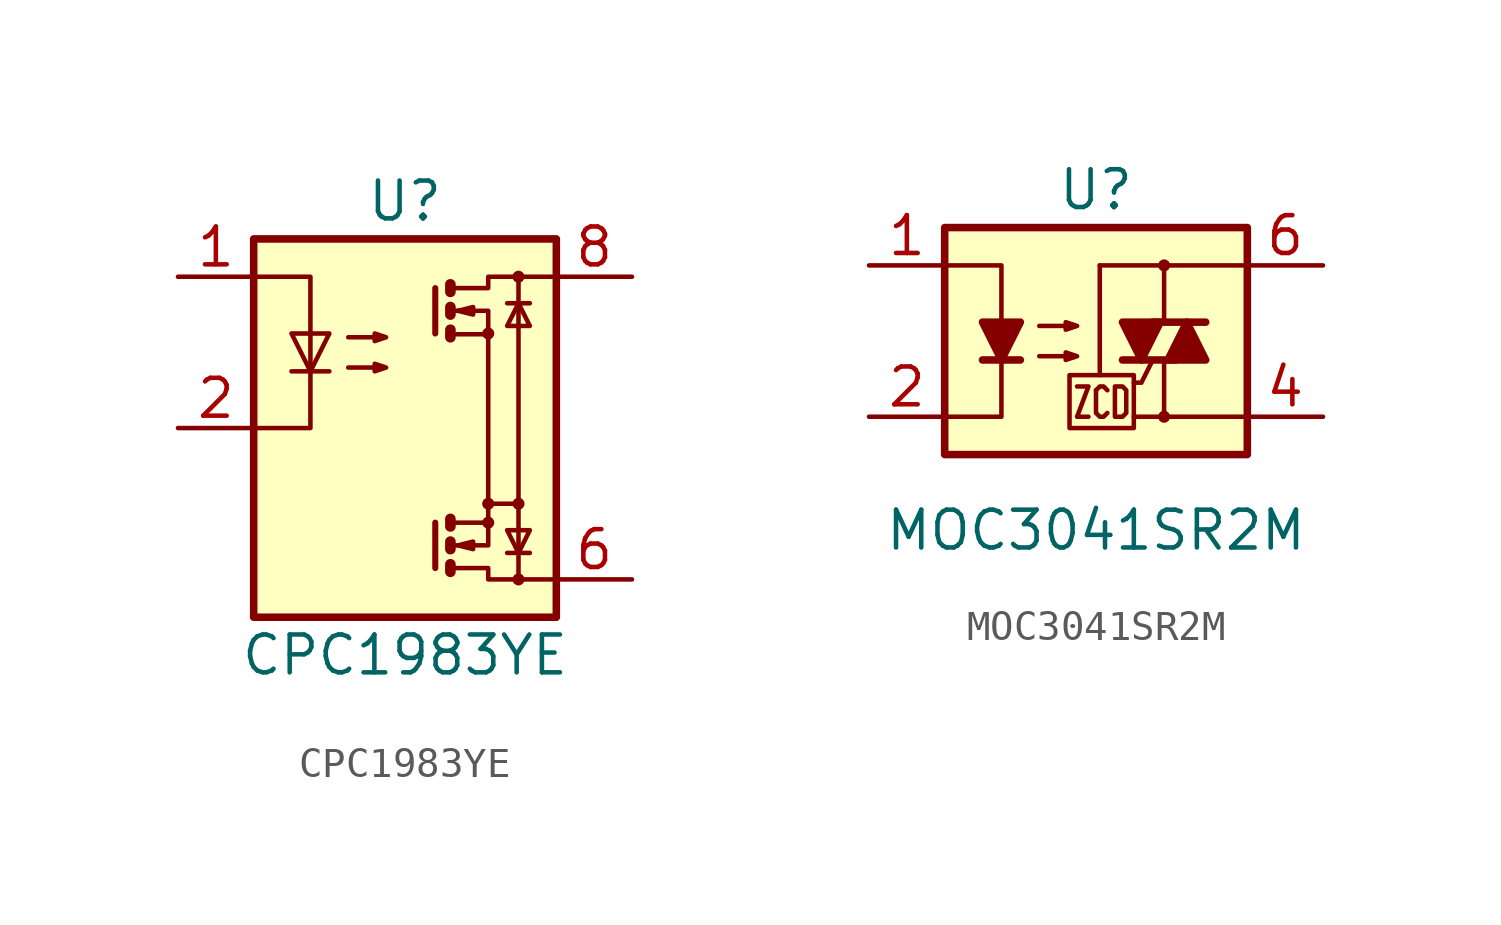
<source format=kicad_sym>
(kicad_symbol_lib
  (version 20220914)
  (generator kicad_symbol_editor)
  (symbol "CPC1983YE"
    (pin_names
      (offset 1.016))
    (property "Reference" "U"
      (at 0 7.62 0)
      (effects (font (size 1.27 1.27))))
    (property "Value" "CPC1983YE"
      (at 0 -7.62 0)
      (effects (font (size 1.27 1.27))))
    (symbol "CPC1983YE_0_1"
      (rectangle (start -5.08 6.35) (end 5.08 -6.35) (stroke (width 0.254) (type solid)) (fill (type background)))
      (polyline (pts (xy -3.81 1.905) (xy -2.54 1.905)) (stroke (width 0) (type solid)) (fill (type none)))
      (polyline (pts (xy -3.175 3.175) (xy -3.175 1.905)) (stroke (width 0) (type solid)) (fill (type none)))
      (polyline (pts (xy 1.016 -3.175) (xy 1.016 -4.699)) (stroke (width 0.203) (type solid)) (fill (type none)))
      (polyline (pts (xy 1.016 4.699) (xy 1.016 3.175)) (stroke (width 0.203) (type solid)) (fill (type none)))
      (polyline (pts (xy 1.524 -3.048) (xy 1.524 -3.302)) (stroke (width 0.356) (type solid)) (fill (type none)))
      (polyline (pts (xy 2.794 -2.54) (xy 3.81 -2.54)) (stroke (width 0) (type solid)) (fill (type none)))
      (polyline (pts (xy 3.429 -4.191) (xy 4.191 -4.191)) (stroke (width 0) (type solid)) (fill (type none)))
      (polyline (pts (xy 3.429 4.191) (xy 4.191 4.191)) (stroke (width 0) (type solid)) (fill (type none)))
      (polyline (pts (xy 3.81 -2.54) (xy 3.81 -5.08)) (stroke (width 0) (type solid)) (fill (type none)))
      (polyline (pts (xy 3.81 -2.54) (xy 3.81 5.08)) (stroke (width 0) (type solid)) (fill (type none)))
      (polyline (pts (xy -5.08 5.08) (xy -3.175 5.08) (xy -3.175 3.175)) (stroke (width 0) (type solid)) (fill (type none)))
      (polyline (pts (xy -3.175 1.905) (xy -3.175 0) (xy -5.08 0)) (stroke (width 0) (type solid)) (fill (type none)))
      (polyline (pts (xy 1.524 -4.572) (xy 1.524 -4.826) (xy 1.524 -4.826)) (stroke (width 0.356) (type solid)) (fill (type none)))
      (polyline (pts (xy 1.524 -3.81) (xy 1.524 -4.064) (xy 1.524 -4.064)) (stroke (width 0.356) (type solid)) (fill (type none)))
      (polyline (pts (xy 1.524 3.302) (xy 1.524 3.048) (xy 1.524 3.048)) (stroke (width 0.356) (type solid)) (fill (type none)))
      (polyline (pts (xy 1.524 4.064) (xy 1.524 3.81) (xy 1.524 3.81)) (stroke (width 0.356) (type solid)) (fill (type none)))
      (polyline (pts (xy 1.524 4.826) (xy 1.524 4.572) (xy 1.524 4.572)) (stroke (width 0.356) (type solid)) (fill (type none)))
      (polyline (pts (xy 1.651 -3.937) (xy 2.794 -3.937) (xy 2.794 -3.175)) (stroke (width 0) (type solid)) (fill (type none)))
      (polyline (pts (xy 1.651 3.937) (xy 2.794 3.937) (xy 2.794 3.175)) (stroke (width 0) (type solid)) (fill (type none)))
      (polyline (pts (xy -3.175 1.905) (xy -3.81 3.175) (xy -2.54 3.175) (xy -3.175 1.905)) (stroke (width 0) (type solid)) (fill (type none)))
      (polyline (pts (xy 1.651 -4.699) (xy 2.794 -4.699) (xy 2.794 -5.08) (xy 5.08 -5.08)) (stroke (width 0) (type solid)) (fill (type none)))
      (polyline (pts (xy 1.651 4.699) (xy 2.794 4.699) (xy 2.794 5.08) (xy 5.08 5.08)) (stroke (width 0) (type solid)) (fill (type none)))
      (polyline (pts (xy 1.778 -3.937) (xy 2.286 -3.81) (xy 2.286 -4.064) (xy 1.778 -3.937)) (stroke (width 0) (type solid)) (fill (type none)))
      (polyline (pts (xy 1.778 3.937) (xy 2.286 4.064) (xy 2.286 3.81) (xy 1.778 3.937)) (stroke (width 0) (type solid)) (fill (type none)))
      (polyline (pts (xy 3.81 -4.191) (xy 3.429 -3.429) (xy 4.191 -3.429) (xy 3.81 -4.191)) (stroke (width 0) (type solid)) (fill (type none)))
      (polyline (pts (xy 3.81 4.191) (xy 3.429 3.429) (xy 4.191 3.429) (xy 3.81 4.191)) (stroke (width 0) (type solid)) (fill (type none)))
      (polyline (pts (xy -1.905 2.032) (xy -0.635 2.032) (xy -1.016 1.905) (xy -1.016 2.159) (xy -0.635 2.032)) (stroke (width 0) (type solid)) (fill (type none)))
      (polyline (pts (xy -1.905 3.048) (xy -0.635 3.048) (xy -1.016 2.921) (xy -1.016 3.175) (xy -0.635 3.048)) (stroke (width 0) (type solid)) (fill (type none)))
      (polyline (pts (xy 1.651 -3.175) (xy 2.794 -3.175) (xy 2.794 -1.905) (xy 2.794 3.15) (xy 1.727 3.15)) (stroke (width 0) (type solid)) (fill (type none)))
      (circle (center 2.794 -3.175) (radius 0.127) (stroke (width 0) (type solid)) (fill (type none)))
      (circle (center 2.794 -2.54) (radius 0.127) (stroke (width 0) (type solid)) (fill (type none)))
      (circle (center 2.794 3.175) (radius 0.127) (stroke (width 0) (type solid)) (fill (type none)))
      (circle (center 3.81 -5.08) (radius 0.127) (stroke (width 0) (type solid)) (fill (type none)))
      (circle (center 3.81 -2.54) (radius 0.127) (stroke (width 0) (type solid)) (fill (type none)))
      (circle (center 3.81 5.08) (radius 0.127) (stroke (width 0) (type solid)) (fill (type none))))
    (symbol "CPC1983YE_1_1"
      (pin passive line (at -7.62 5.08 0) (length 2.54) (name "~" (effects (font (size 1.27 1.27)))) (number "1" (effects (font (size 1.27 1.27)))))
      (pin passive line (at -7.62 0 0) (length 2.54) (name "~" (effects (font (size 1.27 1.27)))) (number "2" (effects (font (size 1.27 1.27)))))
      (pin passive line (at 7.62 -5.08 180) (length 2.54) (name "" (effects (font (size 1.27 1.27)))) (number "6" (effects (font (size 1.27 1.27)))))
      (pin passive line (at 7.62 5.08 180) (length 2.54) (name "" (effects (font (size 1.27 1.27)))) (number "8" (effects (font (size 1.27 1.27)))))))
  (symbol "MOC3041SR2M"
    (pin_names
      (offset 1.016))
    (property "Reference" "U"
      (at 0 5.08 0)
      (effects (font (size 1.27 1.27))))
    (property "Value" "MOC3041SR2M"
      (at 0 -6.35 0)
      (effects (font (size 1.27 1.27))))
    (symbol "MOC3041SR2M_0_1"
      (rectangle (start -5.08 3.81) (end 5.08 -3.81) (stroke (width 0.254) (type solid)) (fill (type background)))
      (polyline (pts (xy -3.81 -0.635) (xy -2.54 -0.635)) (stroke (width 0.254) (type solid)) (fill (type none)))
      (polyline (pts (xy 0.127 -1.143) (xy 0.127 2.54)) (stroke (width 0) (type solid)) (fill (type none)))
      (polyline (pts (xy 0.127 2.54) (xy 2.286 2.54)) (stroke (width 0) (type solid)) (fill (type none)))
      (polyline (pts (xy 1.905 0.635) (xy 3.683 0.635)) (stroke (width 0.254) (type solid)) (fill (type none)))
      (polyline (pts (xy 2.286 -2.54) (xy 1.27 -2.54)) (stroke (width 0) (type solid)) (fill (type none)))
      (polyline (pts (xy 2.286 -2.54) (xy 2.286 -0.635)) (stroke (width 0) (type solid)) (fill (type none)))
      (polyline (pts (xy 2.286 -2.54) (xy 5.08 -2.54)) (stroke (width 0) (type solid)) (fill (type none)))
      (polyline (pts (xy 2.286 2.54) (xy 2.286 0.635)) (stroke (width 0) (type solid)) (fill (type none)))
      (polyline (pts (xy 2.286 2.54) (xy 5.08 2.54)) (stroke (width 0) (type solid)) (fill (type none)))
      (polyline (pts (xy 2.667 -0.635) (xy 0.889 -0.635)) (stroke (width 0.254) (type solid)) (fill (type none)))
      (polyline (pts (xy -5.08 2.54) (xy -3.175 2.54) (xy -3.175 0.635)) (stroke (width 0) (type solid)) (fill (type none)))
      (polyline (pts (xy -3.175 -0.635) (xy -3.175 -2.54) (xy -5.08 -2.54)) (stroke (width 0) (type solid)) (fill (type none)))
      (polyline (pts (xy 1.905 -0.635) (xy 1.524 -1.397) (xy 1.27 -1.397)) (stroke (width 0) (type solid)) (fill (type none)))
      (polyline (pts (xy -3.175 -0.635) (xy -3.81 0.635) (xy -2.54 0.635) (xy -3.175 -0.635)) (stroke (width 0.254) (type solid)) (fill (type outline)))
      (polyline (pts (xy -0.635 -1.524) (xy -0.254 -1.524) (xy -0.635 -2.54) (xy -0.254 -2.54)) (stroke (width 0) (type solid)) (fill (type none)))
      (polyline (pts (xy 0 -1.651) (xy 0.127 -1.524) (xy 0.254 -1.524) (xy 0.381 -1.651)) (stroke (width 0) (type solid)) (fill (type none)))
      (polyline (pts (xy 1.524 -0.635) (xy 2.159 0.635) (xy 0.889 0.635) (xy 1.524 -0.635)) (stroke (width 0.254) (type solid)) (fill (type outline)))
      (polyline (pts (xy 3.048 0.635) (xy 2.413 -0.635) (xy 3.683 -0.635) (xy 3.048 0.635)) (stroke (width 0.254) (type solid)) (fill (type outline)))
      (polyline (pts (xy -1.905 -0.508) (xy -0.635 -0.508) (xy -1.016 -0.635) (xy -1.016 -0.381) (xy -0.635 -0.508)) (stroke (width 0) (type solid)) (fill (type none)))
      (polyline (pts (xy -1.905 0.508) (xy -0.635 0.508) (xy -1.016 0.381) (xy -1.016 0.635) (xy -0.635 0.508)) (stroke (width 0) (type solid)) (fill (type none)))
      (polyline (pts (xy -0.889 -1.143) (xy -0.889 -2.921) (xy 1.27 -2.921) (xy 1.27 -1.143) (xy -0.889 -1.143)) (stroke (width 0) (type solid)) (fill (type none)))
      (polyline (pts (xy 0.381 -2.413) (xy 0.254 -2.54) (xy 0.127 -2.54) (xy 0 -2.413) (xy 0 -1.651)) (stroke (width 0) (type solid)) (fill (type none)))
      (polyline (pts (xy 0.635 -1.524) (xy 0.635 -2.54) (xy 0.889 -2.54) (xy 1.016 -2.413) (xy 1.016 -1.651) (xy 0.889 -1.524) (xy 0.635 -1.524)) (stroke (width 0) (type solid)) (fill (type none)))
      (circle (center 2.286 -2.54) (radius 0.127) (stroke (width 0) (type solid)) (fill (type none)))
      (circle (center 2.286 2.54) (radius 0.127) (stroke (width 0) (type solid)) (fill (type none))))
    (symbol "MOC3041SR2M_1_1"
      (pin passive line (at -7.62 2.54 0) (length 2.54) (name "~" (effects (font (size 1.27 1.27)))) (number "1" (effects (font (size 1.27 1.27)))))
      (pin passive line (at -7.62 -2.54 0) (length 2.54) (name "~" (effects (font (size 1.27 1.27)))) (number "2" (effects (font (size 1.27 1.27)))))
      (pin no_connect line (at -7.62 0 0) (length 2.54) hide (name "NC" (effects (font (size 1.27 1.27)))) (number "3" (effects (font (size 1.27 1.27)))))
      (pin passive line (at 7.62 -2.54 180) (length 2.54) (name "~" (effects (font (size 1.27 1.27)))) (number "4" (effects (font (size 1.27 1.27)))))
      (pin no_connect line (at 7.62 0 180) (length 2.54) hide (name "NC" (effects (font (size 1.27 1.27)))) (number "5" (effects (font (size 1.27 1.27)))))
      (pin passive line (at 7.62 2.54 180) (length 2.54) (name "~" (effects (font (size 1.27 1.27)))) (number "6" (effects (font (size 1.27 1.27))))))))
</source>
